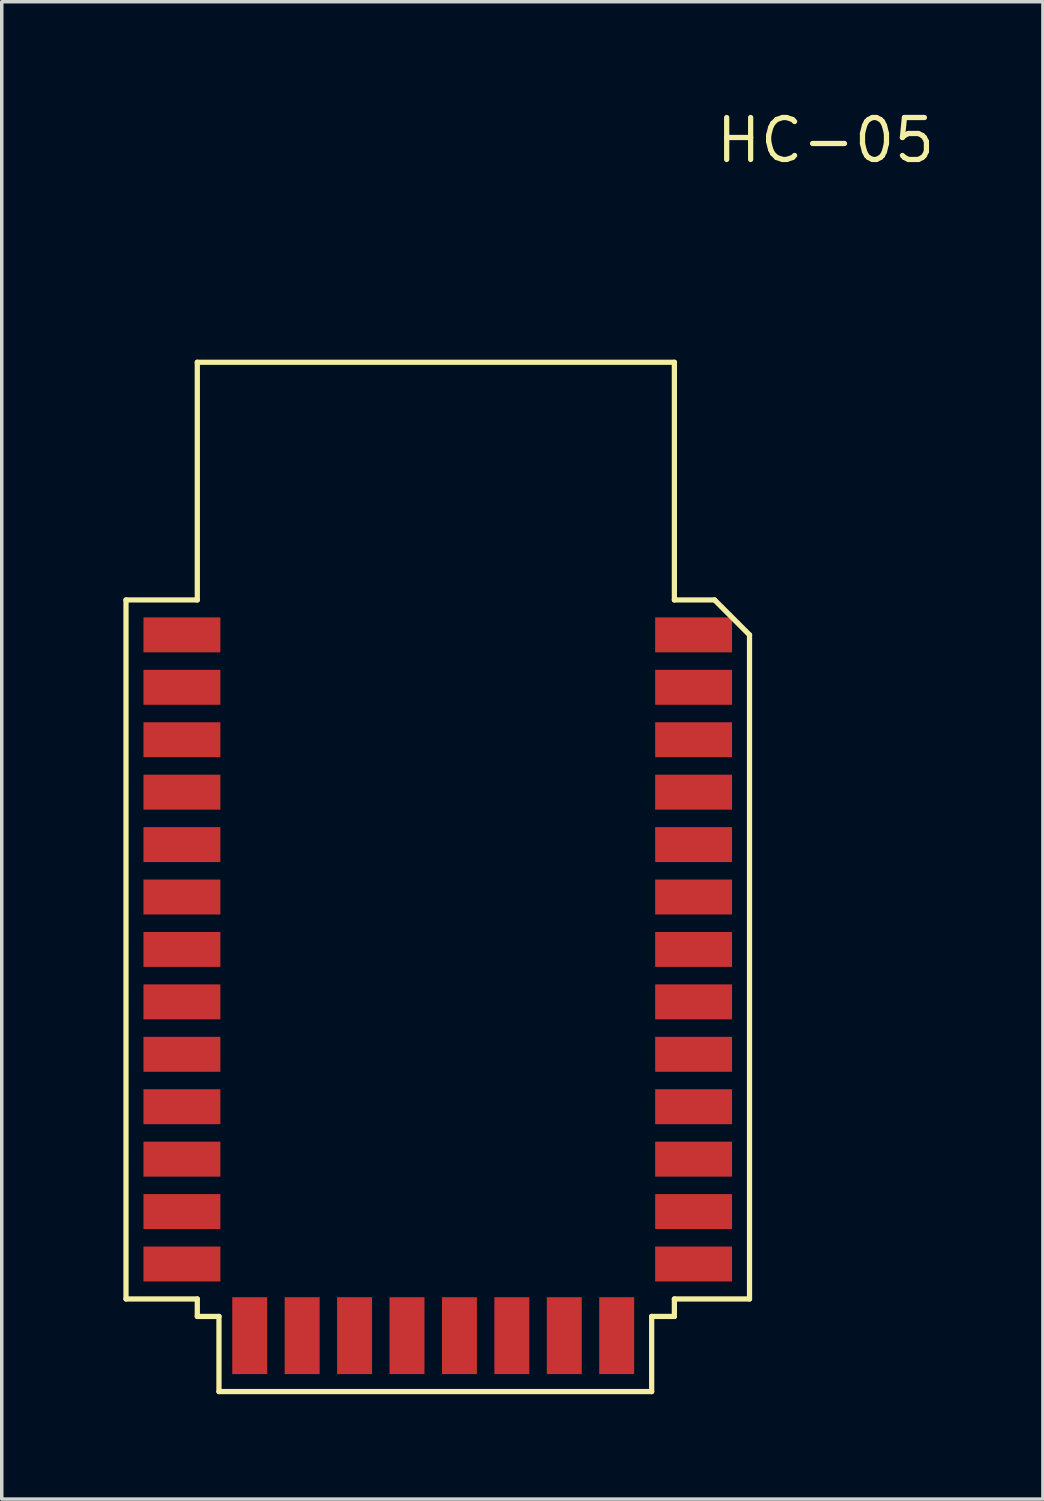
<source format=kicad_pcb>
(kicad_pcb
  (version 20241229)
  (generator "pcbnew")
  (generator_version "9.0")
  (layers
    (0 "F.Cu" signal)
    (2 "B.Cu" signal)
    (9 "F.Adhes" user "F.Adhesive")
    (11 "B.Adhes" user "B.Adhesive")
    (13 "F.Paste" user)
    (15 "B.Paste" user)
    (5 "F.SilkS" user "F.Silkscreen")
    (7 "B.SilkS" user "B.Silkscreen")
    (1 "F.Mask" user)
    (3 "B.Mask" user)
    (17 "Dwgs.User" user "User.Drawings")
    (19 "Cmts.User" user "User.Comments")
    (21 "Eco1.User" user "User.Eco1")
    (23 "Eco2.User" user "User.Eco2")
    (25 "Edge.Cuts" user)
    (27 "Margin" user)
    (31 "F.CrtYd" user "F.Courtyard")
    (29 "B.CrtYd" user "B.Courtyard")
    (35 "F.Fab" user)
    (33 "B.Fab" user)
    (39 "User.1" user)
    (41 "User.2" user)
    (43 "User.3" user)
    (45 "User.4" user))
  (footprint "HC-05"
    (layer "F.Cu")
    (at 0.25 7.315)
    (property "Reference" "HC-05" (at 20.32 -6.35 0) (layer "F.SilkS") (effects (font (size 1.2 1.2) (thickness 0.15))))
    (attr through_hole)
    (fp_line (start 0.305 6.8) (end 0.305 26.8) (stroke (width 0.15) (type solid)) (layer "F.SilkS"))
    (fp_line (start 0.305 26.8) (end 2.345 26.8) (stroke (width 0.15) (type solid)) (layer "F.SilkS"))
    (fp_line (start 2.345 0) (end 15.995 0) (stroke (width 0.15) (type solid)) (layer "F.SilkS"))
    (fp_line (start 2.345 6.8) (end 0.305 6.8) (stroke (width 0.15) (type solid)) (layer "F.SilkS"))
    (fp_line (start 2.345 6.8) (end 2.345 0) (stroke (width 0.15) (type solid)) (layer "F.SilkS"))
    (fp_line (start 2.345 27.3) (end 2.345 26.8) (stroke (width 0.15) (type solid)) (layer "F.SilkS"))
    (fp_line (start 2.965 27.3) (end 2.345 27.3) (stroke (width 0.15) (type solid)) (layer "F.SilkS"))
    (fp_line (start 2.965 27.3) (end 2.965 29.45) (stroke (width 0.15) (type solid)) (layer "F.SilkS"))
    (fp_line (start 2.965 29.45) (end 15.345 29.45) (stroke (width 0.15) (type solid)) (layer "F.SilkS"))
    (fp_line (start 15.345 29.45) (end 15.345 27.3) (stroke (width 0.15) (type solid)) (layer "F.SilkS"))
    (fp_line (start 15.995 0) (end 15.995 6.8) (stroke (width 0.15) (type solid)) (layer "F.SilkS"))
    (fp_line (start 15.995 26.8) (end 15.995 27.3) (stroke (width 0.15) (type solid)) (layer "F.SilkS"))
    (fp_line (start 15.995 26.8) (end 18.145 26.8) (stroke (width 0.15) (type solid)) (layer "F.SilkS"))
    (fp_line (start 15.995 27.3) (end 15.345 27.3) (stroke (width 0.15) (type solid)) (layer "F.SilkS"))
    (fp_line (start 17.145 6.8) (end 15.995 6.8) (stroke (width 0.15) (type solid)) (layer "F.SilkS"))
    (fp_line (start 18.145 7.8) (end 17.145 6.8) (stroke (width 0.15) (type solid)) (layer "F.SilkS"))
    (fp_line (start 18.145 26.8) (end 18.145 7.8) (stroke (width 0.15) (type solid)) (layer "F.SilkS"))
    (pad "1" smd rect (at 16.545 7.8 270) (size 1 2.2) (layers "F.Cu" "F.Mask" "F.Paste"))
    (pad "2" smd rect (at 16.545 9.3 270) (size 1 2.2) (layers "F.Cu" "F.Mask" "F.Paste"))
    (pad "3" smd rect (at 16.545 10.8 270) (size 1 2.2) (layers "F.Cu" "F.Mask" "F.Paste"))
    (pad "4" smd rect (at 16.545 12.3 270) (size 1 2.2) (layers "F.Cu" "F.Mask" "F.Paste"))
    (pad "5" smd rect (at 16.545 13.8 270) (size 1 2.2) (layers "F.Cu" "F.Mask" "F.Paste"))
    (pad "6" smd rect (at 16.545 15.3 270) (size 1 2.2) (layers "F.Cu" "F.Mask" "F.Paste"))
    (pad "7" smd rect (at 16.545 16.8 270) (size 1 2.2) (layers "F.Cu" "F.Mask" "F.Paste"))
    (pad "8" smd rect (at 16.545 18.3 270) (size 1 2.2) (layers "F.Cu" "F.Mask" "F.Paste"))
    (pad "9" smd rect (at 16.545 19.8 270) (size 1 2.2) (layers "F.Cu" "F.Mask" "F.Paste"))
    (pad "10" smd rect (at 16.545 21.3 270) (size 1 2.2) (layers "F.Cu" "F.Mask" "F.Paste"))
    (pad "11" smd rect (at 16.545 22.8 270) (size 1 2.2) (layers "F.Cu" "F.Mask" "F.Paste"))
    (pad "12" smd rect (at 16.545 24.3 270) (size 1 2.2) (layers "F.Cu" "F.Mask" "F.Paste"))
    (pad "13" smd rect (at 16.545 25.8 270) (size 1 2.2) (layers "F.Cu" "F.Mask" "F.Paste"))
    (pad "14" smd rect (at 14.345 27.85) (size 1 2.2) (layers "F.Cu" "F.Mask" "F.Paste"))
    (pad "15" smd rect (at 12.845 27.85) (size 1 2.2) (layers "F.Cu" "F.Mask" "F.Paste"))
    (pad "16" smd rect (at 11.345 27.85) (size 1 2.2) (layers "F.Cu" "F.Mask" "F.Paste"))
    (pad "17" smd rect (at 9.845 27.85) (size 1 2.2) (layers "F.Cu" "F.Mask" "F.Paste"))
    (pad "18" smd rect (at 8.345 27.85) (size 1 2.2) (layers "F.Cu" "F.Mask" "F.Paste"))
    (pad "19" smd rect (at 6.845 27.85) (size 1 2.2) (layers "F.Cu" "F.Mask" "F.Paste"))
    (pad "20" smd rect (at 5.345 27.85) (size 1 2.2) (layers "F.Cu" "F.Mask" "F.Paste"))
    (pad "21" smd rect (at 3.845 27.85) (size 1 2.2) (layers "F.Cu" "F.Mask" "F.Paste"))
    (pad "22" smd rect (at 1.905 25.8 270) (size 1 2.2) (layers "F.Cu" "F.Mask" "F.Paste"))
    (pad "23" smd rect (at 1.905 24.3 270) (size 1 2.2) (layers "F.Cu" "F.Mask" "F.Paste"))
    (pad "24" smd rect (at 1.905 22.8 270) (size 1 2.2) (layers "F.Cu" "F.Mask" "F.Paste"))
    (pad "25" smd rect (at 1.905 21.3 270) (size 1 2.2) (layers "F.Cu" "F.Mask" "F.Paste"))
    (pad "26" smd rect (at 1.905 19.8 270) (size 1 2.2) (layers "F.Cu" "F.Mask" "F.Paste"))
    (pad "27" smd rect (at 1.905 18.3 270) (size 1 2.2) (layers "F.Cu" "F.Mask" "F.Paste"))
    (pad "28" smd rect (at 1.905 16.8 270) (size 1 2.2) (layers "F.Cu" "F.Mask" "F.Paste"))
    (pad "29" smd rect (at 1.905 15.3 270) (size 1 2.2) (layers "F.Cu" "F.Mask" "F.Paste"))
    (pad "30" smd rect (at 1.905 13.8 270) (size 1 2.2) (layers "F.Cu" "F.Mask" "F.Paste"))
    (pad "31" smd rect (at 1.905 12.3 270) (size 1 2.2) (layers "F.Cu" "F.Mask" "F.Paste"))
    (pad "32" smd rect (at 1.905 10.8 270) (size 1 2.2) (layers "F.Cu" "F.Mask" "F.Paste"))
    (pad "33" smd rect (at 1.905 9.3 270) (size 1 2.2) (layers "F.Cu" "F.Mask" "F.Paste"))
    (pad "34" smd rect (at 1.905 7.8 270) (size 1 2.2) (layers "F.Cu" "F.Mask" "F.Paste")))
  (gr_rect
    (start -3 -3)
    (end 26.789 39.84)
    (stroke (width 0.1) (type default))
    (fill no)
    (layer "Edge.Cuts")))
</source>
